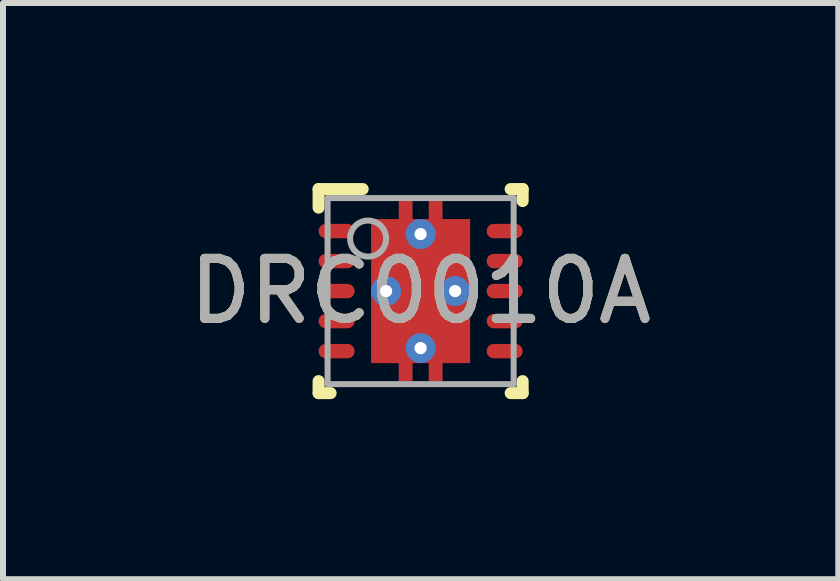
<source format=kicad_pcb>
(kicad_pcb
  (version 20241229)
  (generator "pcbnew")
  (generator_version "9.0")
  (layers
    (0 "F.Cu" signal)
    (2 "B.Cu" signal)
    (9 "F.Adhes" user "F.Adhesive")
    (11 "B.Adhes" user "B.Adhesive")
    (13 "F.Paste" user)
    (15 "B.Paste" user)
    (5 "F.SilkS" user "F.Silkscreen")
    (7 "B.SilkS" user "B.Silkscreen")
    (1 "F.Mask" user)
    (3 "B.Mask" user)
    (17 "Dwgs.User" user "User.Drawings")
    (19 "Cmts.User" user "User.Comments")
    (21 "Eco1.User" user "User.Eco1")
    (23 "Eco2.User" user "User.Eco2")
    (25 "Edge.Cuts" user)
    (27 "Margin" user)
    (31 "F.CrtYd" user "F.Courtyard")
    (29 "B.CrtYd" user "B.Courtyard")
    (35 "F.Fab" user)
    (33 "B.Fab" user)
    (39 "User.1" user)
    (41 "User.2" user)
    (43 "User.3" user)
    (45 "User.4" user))
  (footprint "DRC0010A"
    (layer "F.Cu")
    (at 3.958 1.8)
    (property "Reference" "DRC0010A" (at 0 0 0) (unlocked yes) (layer "F.SilkS") (effects (font (size 1 1) (thickness 0.15))))
    (attr smd)
    (fp_poly (pts (xy -0.135 -1.5) (xy -0.365 -1.5) (xy -0.365 -1.1) (xy -0.135 -1.1)) (stroke (width 0) (type solid)) (fill yes) (layer "F.Cu"))
    (fp_poly (pts (xy -0.135 1.1) (xy -0.365 1.1) (xy -0.365 1.5) (xy -0.135 1.5)) (stroke (width 0) (type solid)) (fill yes) (layer "F.Cu"))
    (fp_poly (pts (xy 0.135 -1.1) (xy 0.365 -1.1) (xy 0.365 -1.5) (xy 0.135 -1.5)) (stroke (width 0) (type solid)) (fill yes) (layer "F.Cu"))
    (fp_poly (pts (xy 0.135 1.5) (xy 0.365 1.5) (xy 0.365 1.1) (xy 0.135 1.1)) (stroke (width 0) (type solid)) (fill yes) (layer "F.Cu"))
    (fp_poly (pts (xy -0.084 -1.551) (xy -0.416 -1.551) (xy -0.416 -1.049) (xy -0.084 -1.049)) (stroke (width 0) (type solid)) (fill yes) (layer "F.Mask"))
    (fp_poly (pts (xy -0.084 1.049) (xy -0.416 1.049) (xy -0.416 1.551) (xy -0.084 1.551)) (stroke (width 0) (type solid)) (fill yes) (layer "F.Mask"))
    (fp_poly (pts (xy 0.084 -1.049) (xy 0.416 -1.049) (xy 0.416 -1.551) (xy 0.084 -1.551)) (stroke (width 0) (type solid)) (fill yes) (layer "F.Mask"))
    (fp_poly (pts (xy 0.084 1.551) (xy 0.416 1.551) (xy 0.416 1.049) (xy 0.084 1.049)) (stroke (width 0) (type solid)) (fill yes) (layer "F.Mask"))
    (fp_line (start -1.7 -1.7) (end -0.965 -1.7) (stroke (width 0.2) (type solid)) (layer "F.SilkS"))
    (fp_line (start -1.7 -1.39) (end -1.7 -1.7) (stroke (width 0.2) (type solid)) (layer "F.SilkS"))
    (fp_line (start -1.7 1.7) (end -1.7 1.5) (stroke (width 0.2) (type solid)) (layer "F.SilkS"))
    (fp_line (start -1.7 1.7) (end -1.5 1.7) (stroke (width 0.2) (type solid)) (layer "F.SilkS"))
    (fp_line (start 1.5 -1.7) (end 1.7 -1.7) (stroke (width 0.2) (type solid)) (layer "F.SilkS"))
    (fp_line (start 1.5 1.7) (end 1.7 1.7) (stroke (width 0.2) (type solid)) (layer "F.SilkS"))
    (fp_line (start 1.7 -1.5) (end 1.7 -1.7) (stroke (width 0.2) (type solid)) (layer "F.SilkS"))
    (fp_line (start 1.7 1.7) (end 1.7 1.5) (stroke (width 0.2) (type solid)) (layer "F.SilkS"))
    (fp_poly (pts (xy -0.75 -0.1) (xy 0.75 -0.1) (xy 0.75 -1.165) (xy -0.75 -1.165)) (stroke (width 0) (type solid)) (fill yes) (layer "F.Paste"))
    (fp_poly (pts (xy -0.75 1.165) (xy 0.75 1.165) (xy 0.75 0.1) (xy -0.75 0.1)) (stroke (width 0) (type solid)) (fill yes) (layer "F.Paste"))
    (fp_line (start -1.55 -1.55) (end 1.55 -1.55) (stroke (width 0.1) (type solid)) (layer "F.Fab"))
    (fp_line (start -1.55 1.55) (end -1.55 -1.55) (stroke (width 0.1) (type solid)) (layer "F.Fab"))
    (fp_line (start -1.55 1.55) (end 1.55 1.55) (stroke (width 0.1) (type solid)) (layer "F.Fab"))
    (fp_line (start 1.55 1.55) (end 1.55 -1.55) (stroke (width 0.1) (type solid)) (layer "F.Fab"))
    (fp_circle (center -0.875 -0.875) (end -0.575 -0.875) (stroke (width 0.1) (type solid)) (fill no) (layer "F.Fab"))
    (fp_text user "${REFERENCE}" (at 0 0 0) (unlocked yes) (layer "F.Fab") (effects (font (size 1 1) (thickness 0.15))))
    (pad "1" smd oval (at -1.4 -1 90) (size 0.24 0.6) (layers "F.Cu" "F.Mask" "F.Paste"))
    (pad "2" smd oval (at -1.4 -0.5 90) (size 0.24 0.6) (layers "F.Cu" "F.Mask" "F.Paste"))
    (pad "3" smd oval (at -1.4 0 90) (size 0.24 0.6) (layers "F.Cu" "F.Mask" "F.Paste"))
    (pad "4" smd oval (at -1.4 0.5 90) (size 0.24 0.6) (layers "F.Cu" "F.Mask" "F.Paste"))
    (pad "5" smd oval (at -1.4 1 90) (size 0.24 0.6) (layers "F.Cu" "F.Mask" "F.Paste"))
    (pad "6" smd oval (at 1.4 1 90) (size 0.24 0.6) (layers "F.Cu" "F.Mask" "F.Paste"))
    (pad "7" smd oval (at 1.4 0.5 90) (size 0.24 0.6) (layers "F.Cu" "F.Mask" "F.Paste"))
    (pad "8" smd oval (at 1.4 0 90) (size 0.24 0.6) (layers "F.Cu" "F.Mask" "F.Paste"))
    (pad "9" smd oval (at 1.4 -0.5 90) (size 0.24 0.6) (layers "F.Cu" "F.Mask" "F.Paste"))
    (pad "10" smd oval (at 1.4 -1 90) (size 0.24 0.6) (layers "F.Cu" "F.Mask" "F.Paste"))
    (pad "11" smd rect (at 0.000003 0) (size 1.65 2.4) (layers "F.Cu" "F.Mask"))
    (pad "V" thru_hole circle (at -0.575 0) (size 0.5 0.5) (drill 0.203) (layers "*.Cu" "*.Mask"))
    (pad "V" thru_hole circle (at 0 -0.95) (size 0.5 0.5) (drill 0.203) (layers "*.Cu" "*.Mask"))
    (pad "V" thru_hole circle (at 0 0.95) (size 0.5 0.5) (drill 0.203) (layers "*.Cu" "*.Mask"))
    (pad "V" thru_hole circle (at 0.575 0) (size 0.5 0.5) (drill 0.203) (layers "*.Cu" "*.Mask")))
  (gr_rect
    (start -3 -3)
    (end 10.917 6.6)
    (stroke (width 0.1) (type default))
    (fill no)
    (layer "Edge.Cuts")))
</source>
